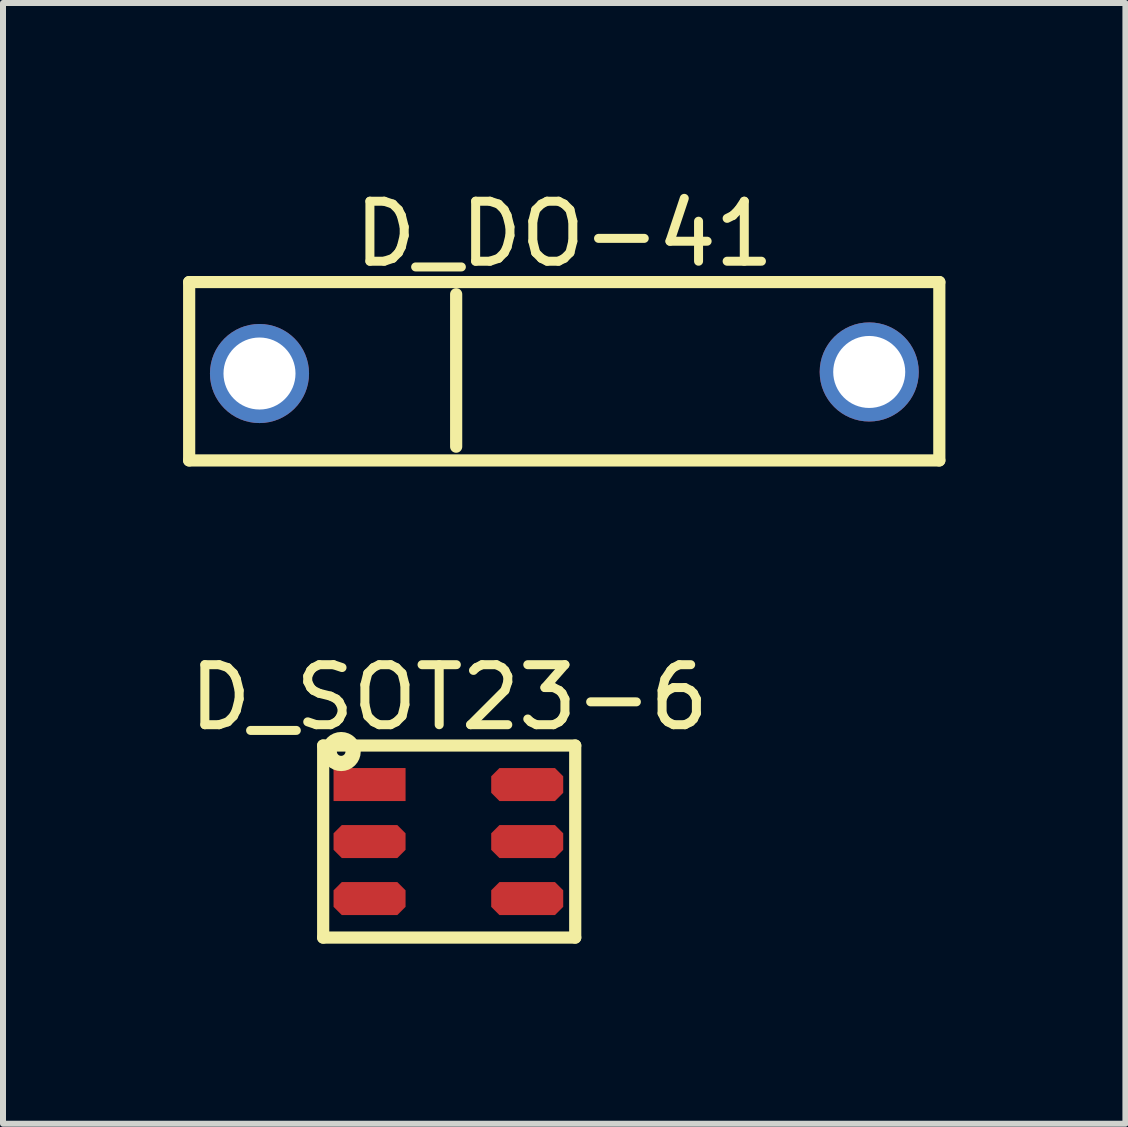
<source format=kicad_pcb>
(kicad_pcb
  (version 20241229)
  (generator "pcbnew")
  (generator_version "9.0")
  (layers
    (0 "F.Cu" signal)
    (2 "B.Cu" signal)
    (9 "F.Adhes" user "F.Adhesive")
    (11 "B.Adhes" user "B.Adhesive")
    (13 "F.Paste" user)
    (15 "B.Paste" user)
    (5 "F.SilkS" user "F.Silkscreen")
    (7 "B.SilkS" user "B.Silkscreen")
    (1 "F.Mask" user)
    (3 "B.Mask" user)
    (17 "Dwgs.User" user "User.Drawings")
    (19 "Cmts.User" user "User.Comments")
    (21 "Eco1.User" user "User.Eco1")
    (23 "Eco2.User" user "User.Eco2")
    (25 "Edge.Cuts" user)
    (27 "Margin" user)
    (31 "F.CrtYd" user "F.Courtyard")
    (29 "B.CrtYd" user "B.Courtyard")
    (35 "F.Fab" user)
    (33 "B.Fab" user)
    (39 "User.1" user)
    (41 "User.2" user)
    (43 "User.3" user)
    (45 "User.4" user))
  (footprint "D_SOT23-6"
    (layer "F.Cu")
    (at 4.435 10.973)
    (property "Reference" "D_SOT23-6" (at 0 -2.402 0) (layer "F.SilkS") (effects (font (size 1 1) (thickness 0.15))))
    (fp_line (start -2.1 -1.6) (end 2.1 -1.6) (stroke (width 0.203) (type solid)) (layer "F.SilkS"))
    (fp_line (start -2.1 1.6) (end -2.1 -1.6) (stroke (width 0.203) (type solid)) (layer "F.SilkS"))
    (fp_line (start -2.1 1.6) (end 2.1 1.6) (stroke (width 0.203) (type solid)) (layer "F.SilkS"))
    (fp_line (start 2.1 1.6) (end 2.1 -1.6) (stroke (width 0.203) (type solid)) (layer "F.SilkS"))
    (fp_circle (center -1.8 -1.5) (end -1.8 -1.572) (stroke (width 0.254) (type solid)) (fill no) (layer "F.SilkS"))
    (pad "1" smd rect (at -1.327 -0.95 90) (size 0.55 1.2) (layers "F.Cu" "F.Mask" "F.Paste"))
    (pad "2" smd roundrect (at -1.327 0 90) (size 0.55 1.2) (layers "F.Cu" "F.Mask" "F.Paste") (roundrect_rratio 0.25) (chamfer_ratio 0.25) (chamfer top_left top_right bottom_left bottom_right))
    (pad "3" smd roundrect (at -1.327 0.95 90) (size 0.55 1.2) (layers "F.Cu" "F.Mask" "F.Paste") (roundrect_rratio 0.25) (chamfer_ratio 0.25) (chamfer top_left top_right bottom_left bottom_right))
    (pad "4" smd roundrect (at 1.3 0.95 90) (size 0.55 1.2) (layers "F.Cu" "F.Mask" "F.Paste") (roundrect_rratio 0.25) (chamfer_ratio 0.25) (chamfer top_left top_right bottom_left bottom_right))
    (pad "5" smd roundrect (at 1.3 0 90) (size 0.55 1.2) (layers "F.Cu" "F.Mask" "F.Paste") (roundrect_rratio 0.25) (chamfer_ratio 0.25) (chamfer top_left top_right bottom_left bottom_right))
    (pad "6" smd roundrect (at 1.3 -0.95 90) (size 0.55 1.2) (layers "F.Cu" "F.Mask" "F.Paste") (roundrect_rratio 0.25) (chamfer_ratio 0.25) (chamfer top_left top_right bottom_left bottom_right)))
  (footprint "D_DO-41"
    (layer "F.Cu")
    (at 6.202 3.123)
    (property "Reference" "D_DO-41" (at 0.15 -2.275 0) (layer "F.SilkS") (effects (font (size 1 1) (thickness 0.15))))
    (fp_line (start -6.1 -1.473) (end 6.4 -1.473) (stroke (width 0.203) (type solid)) (layer "F.SilkS"))
    (fp_line (start -6.1 1.499) (end -6.1 -1.473) (stroke (width 0.203) (type solid)) (layer "F.SilkS"))
    (fp_line (start -6.1 1.499) (end 6.4 1.499) (stroke (width 0.203) (type solid)) (layer "F.SilkS"))
    (fp_line (start -1.651 1.27) (end -1.651 -1.27) (stroke (width 0.203) (type solid)) (layer "F.SilkS"))
    (fp_line (start 6.4 1.499) (end 6.4 -1.473) (stroke (width 0.203) (type solid)) (layer "F.SilkS"))
    (pad "A" thru_hole circle (at 5.232 0.025 180) (size 1.651 1.651) (drill 1.2) (layers "*.Cu" "*.Mask"))
    (pad "K" thru_hole circle (at -4.928 0.051 180) (size 1.651 1.651) (drill 1.2) (layers "*.Cu" "*.Mask")))
  (gr_rect
    (start -3 -3)
    (end 15.703 15.675)
    (stroke (width 0.1) (type default))
    (fill no)
    (layer "Edge.Cuts")))
</source>
